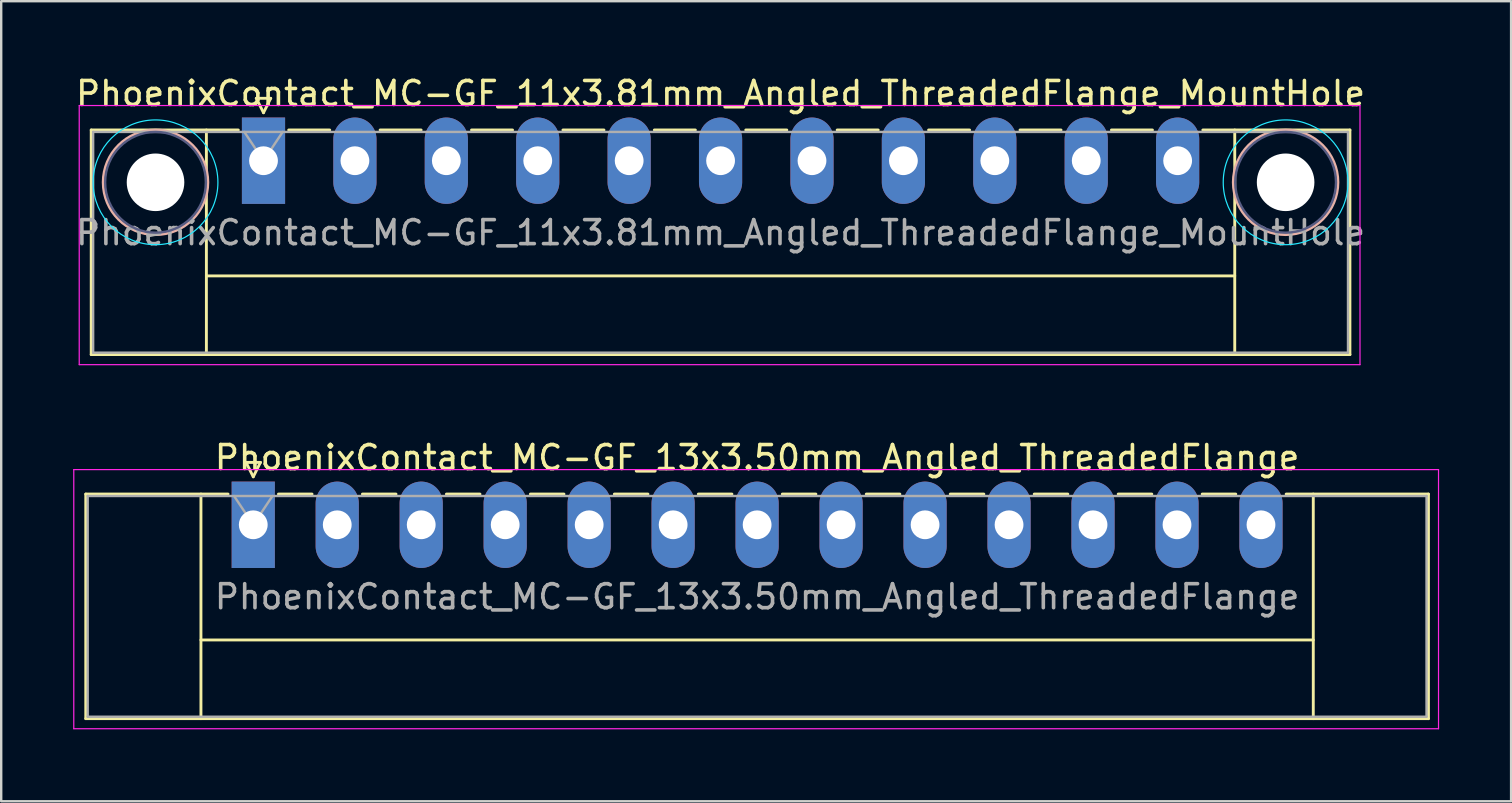
<source format=kicad_pcb>
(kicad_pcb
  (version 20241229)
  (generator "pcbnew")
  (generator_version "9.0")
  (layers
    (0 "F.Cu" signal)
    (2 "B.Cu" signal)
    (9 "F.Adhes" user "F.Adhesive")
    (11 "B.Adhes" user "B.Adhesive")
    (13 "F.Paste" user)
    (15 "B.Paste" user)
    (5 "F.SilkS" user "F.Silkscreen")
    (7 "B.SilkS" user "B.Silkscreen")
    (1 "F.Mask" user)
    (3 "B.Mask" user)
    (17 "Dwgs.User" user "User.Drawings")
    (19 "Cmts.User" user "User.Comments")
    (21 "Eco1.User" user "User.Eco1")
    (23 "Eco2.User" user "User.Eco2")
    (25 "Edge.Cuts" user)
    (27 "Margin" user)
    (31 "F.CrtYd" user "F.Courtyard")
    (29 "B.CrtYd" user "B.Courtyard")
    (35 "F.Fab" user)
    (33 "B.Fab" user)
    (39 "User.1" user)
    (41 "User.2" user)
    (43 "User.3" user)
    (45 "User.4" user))
  (footprint "PhoenixContact_MC-GF_11x3.81mm_Angled_ThreadedFlange_MountHole"
    (layer "F.Cu")
    (at 7.932 3.648)
    (property "Reference" "PhoenixContact_MC-GF_11x3.81mm_Angled_ThreadedFlange_MountHole" (at 19.05 -2.8 0) (layer "F.SilkS") (effects (font (size 1 1) (thickness 0.15))))
    (attr through_hole)
    (fp_line (start -7.18 -1.28) (end -7.18 8.08) (stroke (width 0.12) (type solid)) (layer "F.SilkS"))
    (fp_line (start -7.18 -1.28) (end -1.05 -1.28) (stroke (width 0.12) (type solid)) (layer "F.SilkS"))
    (fp_line (start -7.18 8.08) (end 45.28 8.08) (stroke (width 0.12) (type solid)) (layer "F.SilkS"))
    (fp_line (start -2.38 -1.28) (end -2.38 8.08) (stroke (width 0.12) (type solid)) (layer "F.SilkS"))
    (fp_line (start -2.38 4.8) (end 40.48 4.8) (stroke (width 0.12) (type solid)) (layer "F.SilkS"))
    (fp_line (start -0.3 -2.6) (end 0.3 -2.6) (stroke (width 0.12) (type solid)) (layer "F.SilkS"))
    (fp_line (start 0 -2) (end -0.3 -2.6) (stroke (width 0.12) (type solid)) (layer "F.SilkS"))
    (fp_line (start 0.3 -2.6) (end 0 -2) (stroke (width 0.12) (type solid)) (layer "F.SilkS"))
    (fp_line (start 1.05 -1.28) (end 2.76 -1.28) (stroke (width 0.12) (type solid)) (layer "F.SilkS"))
    (fp_line (start 4.86 -1.28) (end 6.57 -1.28) (stroke (width 0.12) (type solid)) (layer "F.SilkS"))
    (fp_line (start 8.67 -1.28) (end 10.38 -1.28) (stroke (width 0.12) (type solid)) (layer "F.SilkS"))
    (fp_line (start 12.48 -1.28) (end 14.19 -1.28) (stroke (width 0.12) (type solid)) (layer "F.SilkS"))
    (fp_line (start 16.29 -1.28) (end 18 -1.28) (stroke (width 0.12) (type solid)) (layer "F.SilkS"))
    (fp_line (start 20.1 -1.28) (end 21.81 -1.28) (stroke (width 0.12) (type solid)) (layer "F.SilkS"))
    (fp_line (start 23.91 -1.28) (end 25.62 -1.28) (stroke (width 0.12) (type solid)) (layer "F.SilkS"))
    (fp_line (start 27.72 -1.28) (end 29.43 -1.28) (stroke (width 0.12) (type solid)) (layer "F.SilkS"))
    (fp_line (start 31.53 -1.28) (end 33.24 -1.28) (stroke (width 0.12) (type solid)) (layer "F.SilkS"))
    (fp_line (start 35.34 -1.28) (end 37.05 -1.28) (stroke (width 0.12) (type solid)) (layer "F.SilkS"))
    (fp_line (start 40.48 -1.28) (end 40.48 8.08) (stroke (width 0.12) (type solid)) (layer "F.SilkS"))
    (fp_line (start 45.28 -1.28) (end 39.15 -1.28) (stroke (width 0.12) (type solid)) (layer "F.SilkS"))
    (fp_line (start 45.28 8.08) (end 45.28 -1.28) (stroke (width 0.12) (type solid)) (layer "F.SilkS"))
    (fp_circle (center -4.5 0.9) (end -2.32 0.9) (stroke (width 0.12) (type solid)) (fill no) (layer "B.SilkS"))
    (fp_circle (center 42.6 0.9) (end 44.78 0.9) (stroke (width 0.12) (type solid)) (fill no) (layer "B.SilkS"))
    (fp_circle (center -4.5 0.9) (end -1.9 0.9) (stroke (width 0.05) (type solid)) (fill no) (layer "B.CrtYd"))
    (fp_circle (center 42.6 0.9) (end 45.2 0.9) (stroke (width 0.05) (type solid)) (fill no) (layer "B.CrtYd"))
    (fp_line (start -7.68 -2.3) (end -7.68 8.5) (stroke (width 0.05) (type solid)) (layer "F.CrtYd"))
    (fp_line (start -7.68 8.5) (end 45.7 8.5) (stroke (width 0.05) (type solid)) (layer "F.CrtYd"))
    (fp_line (start 45.7 -2.3) (end -7.68 -2.3) (stroke (width 0.05) (type solid)) (layer "F.CrtYd"))
    (fp_line (start 45.7 8.5) (end 45.7 -2.3) (stroke (width 0.05) (type solid)) (layer "F.CrtYd"))
    (fp_circle (center -4.5 0.9) (end -2.4 0.9) (stroke (width 0.1) (type solid)) (fill no) (layer "B.Fab"))
    (fp_circle (center 42.6 0.9) (end 44.7 0.9) (stroke (width 0.1) (type solid)) (fill no) (layer "B.Fab"))
    (fp_line (start -7.1 -1.2) (end -7.1 8) (stroke (width 0.1) (type solid)) (layer "F.Fab"))
    (fp_line (start -7.1 8) (end 45.2 8) (stroke (width 0.1) (type solid)) (layer "F.Fab"))
    (fp_line (start 0 0) (end -0.8 -1.2) (stroke (width 0.1) (type solid)) (layer "F.Fab"))
    (fp_line (start 0.8 -1.2) (end 0 0) (stroke (width 0.1) (type solid)) (layer "F.Fab"))
    (fp_line (start 45.2 -1.2) (end -7.1 -1.2) (stroke (width 0.1) (type solid)) (layer "F.Fab"))
    (fp_line (start 45.2 8) (end 45.2 -1.2) (stroke (width 0.1) (type solid)) (layer "F.Fab"))
    (fp_text user "${REFERENCE}" (at 19.05 3 0) (layer "F.Fab") (effects (font (size 1 1) (thickness 0.15))))
    (pad "" np_thru_hole circle (at -4.5 0.9) (size 2.4 2.4) (drill 2.4) (layers "*.Cu" "*.Mask"))
    (pad "" np_thru_hole circle (at 42.6 0.9) (size 2.4 2.4) (drill 2.4) (layers "*.Cu" "*.Mask"))
    (pad "1" thru_hole rect (at 0 0) (size 1.8 3.6) (drill 1.2) (layers "*.Cu" "*.Mask"))
    (pad "2" thru_hole oval (at 3.81 0) (size 1.8 3.6) (drill 1.2) (layers "*.Cu" "*.Mask"))
    (pad "3" thru_hole oval (at 7.62 0) (size 1.8 3.6) (drill 1.2) (layers "*.Cu" "*.Mask"))
    (pad "4" thru_hole oval (at 11.43 0) (size 1.8 3.6) (drill 1.2) (layers "*.Cu" "*.Mask"))
    (pad "5" thru_hole oval (at 15.24 0) (size 1.8 3.6) (drill 1.2) (layers "*.Cu" "*.Mask"))
    (pad "6" thru_hole oval (at 19.05 0) (size 1.8 3.6) (drill 1.2) (layers "*.Cu" "*.Mask"))
    (pad "7" thru_hole oval (at 22.86 0) (size 1.8 3.6) (drill 1.2) (layers "*.Cu" "*.Mask"))
    (pad "8" thru_hole oval (at 26.67 0) (size 1.8 3.6) (drill 1.2) (layers "*.Cu" "*.Mask"))
    (pad "9" thru_hole oval (at 30.48 0) (size 1.8 3.6) (drill 1.2) (layers "*.Cu" "*.Mask"))
    (pad "10" thru_hole oval (at 34.29 0) (size 1.8 3.6) (drill 1.2) (layers "*.Cu" "*.Mask"))
    (pad "11" thru_hole oval (at 38.1 0) (size 1.8 3.6) (drill 1.2) (layers "*.Cu" "*.Mask")))
  (footprint "PhoenixContact_MC-GF_13x3.50mm_Angled_ThreadedFlange"
    (layer "F.Cu")
    (at 7.505 18.822)
    (property "Reference" "PhoenixContact_MC-GF_13x3.50mm_Angled_ThreadedFlange" (at 21 -2.8 0) (layer "F.SilkS") (effects (font (size 1 1) (thickness 0.15))))
    (attr through_hole)
    (fp_line (start -6.98 -1.28) (end -6.98 8.08) (stroke (width 0.12) (type solid)) (layer "F.SilkS"))
    (fp_line (start -6.98 -1.28) (end -1.05 -1.28) (stroke (width 0.12) (type solid)) (layer "F.SilkS"))
    (fp_line (start -6.98 8.08) (end 48.98 8.08) (stroke (width 0.12) (type solid)) (layer "F.SilkS"))
    (fp_line (start -2.18 -1.28) (end -2.18 8.08) (stroke (width 0.12) (type solid)) (layer "F.SilkS"))
    (fp_line (start -2.18 4.8) (end 44.18 4.8) (stroke (width 0.12) (type solid)) (layer "F.SilkS"))
    (fp_line (start -0.3 -2.6) (end 0.3 -2.6) (stroke (width 0.12) (type solid)) (layer "F.SilkS"))
    (fp_line (start 0 -2) (end -0.3 -2.6) (stroke (width 0.12) (type solid)) (layer "F.SilkS"))
    (fp_line (start 0.3 -2.6) (end 0 -2) (stroke (width 0.12) (type solid)) (layer "F.SilkS"))
    (fp_line (start 1.05 -1.28) (end 2.45 -1.28) (stroke (width 0.12) (type solid)) (layer "F.SilkS"))
    (fp_line (start 4.55 -1.28) (end 5.95 -1.28) (stroke (width 0.12) (type solid)) (layer "F.SilkS"))
    (fp_line (start 8.05 -1.28) (end 9.45 -1.28) (stroke (width 0.12) (type solid)) (layer "F.SilkS"))
    (fp_line (start 11.55 -1.28) (end 12.95 -1.28) (stroke (width 0.12) (type solid)) (layer "F.SilkS"))
    (fp_line (start 15.05 -1.28) (end 16.45 -1.28) (stroke (width 0.12) (type solid)) (layer "F.SilkS"))
    (fp_line (start 18.55 -1.28) (end 19.95 -1.28) (stroke (width 0.12) (type solid)) (layer "F.SilkS"))
    (fp_line (start 22.05 -1.28) (end 23.45 -1.28) (stroke (width 0.12) (type solid)) (layer "F.SilkS"))
    (fp_line (start 25.55 -1.28) (end 26.95 -1.28) (stroke (width 0.12) (type solid)) (layer "F.SilkS"))
    (fp_line (start 29.05 -1.28) (end 30.45 -1.28) (stroke (width 0.12) (type solid)) (layer "F.SilkS"))
    (fp_line (start 32.55 -1.28) (end 33.95 -1.28) (stroke (width 0.12) (type solid)) (layer "F.SilkS"))
    (fp_line (start 36.05 -1.28) (end 37.45 -1.28) (stroke (width 0.12) (type solid)) (layer "F.SilkS"))
    (fp_line (start 39.55 -1.28) (end 40.95 -1.28) (stroke (width 0.12) (type solid)) (layer "F.SilkS"))
    (fp_line (start 44.18 -1.28) (end 44.18 8.08) (stroke (width 0.12) (type solid)) (layer "F.SilkS"))
    (fp_line (start 48.98 -1.28) (end 43.05 -1.28) (stroke (width 0.12) (type solid)) (layer "F.SilkS"))
    (fp_line (start 48.98 8.08) (end 48.98 -1.28) (stroke (width 0.12) (type solid)) (layer "F.SilkS"))
    (fp_line (start -7.48 -2.3) (end -7.48 8.5) (stroke (width 0.05) (type solid)) (layer "F.CrtYd"))
    (fp_line (start -7.48 8.5) (end 49.4 8.5) (stroke (width 0.05) (type solid)) (layer "F.CrtYd"))
    (fp_line (start 49.4 -2.3) (end -7.48 -2.3) (stroke (width 0.05) (type solid)) (layer "F.CrtYd"))
    (fp_line (start 49.4 8.5) (end 49.4 -2.3) (stroke (width 0.05) (type solid)) (layer "F.CrtYd"))
    (fp_line (start -6.9 -1.2) (end -6.9 8) (stroke (width 0.1) (type solid)) (layer "F.Fab"))
    (fp_line (start -6.9 8) (end 48.9 8) (stroke (width 0.1) (type solid)) (layer "F.Fab"))
    (fp_line (start 0 0) (end -0.8 -1.2) (stroke (width 0.1) (type solid)) (layer "F.Fab"))
    (fp_line (start 0.8 -1.2) (end 0 0) (stroke (width 0.1) (type solid)) (layer "F.Fab"))
    (fp_line (start 48.9 -1.2) (end -6.9 -1.2) (stroke (width 0.1) (type solid)) (layer "F.Fab"))
    (fp_line (start 48.9 8) (end 48.9 -1.2) (stroke (width 0.1) (type solid)) (layer "F.Fab"))
    (fp_text user "${REFERENCE}" (at 21 3 0) (layer "F.Fab") (effects (font (size 1 1) (thickness 0.15))))
    (pad "1" thru_hole rect (at 0 0) (size 1.8 3.6) (drill 1.2) (layers "*.Cu" "*.Mask"))
    (pad "2" thru_hole oval (at 3.5 0) (size 1.8 3.6) (drill 1.2) (layers "*.Cu" "*.Mask"))
    (pad "3" thru_hole oval (at 7 0) (size 1.8 3.6) (drill 1.2) (layers "*.Cu" "*.Mask"))
    (pad "4" thru_hole oval (at 10.5 0) (size 1.8 3.6) (drill 1.2) (layers "*.Cu" "*.Mask"))
    (pad "5" thru_hole oval (at 14 0) (size 1.8 3.6) (drill 1.2) (layers "*.Cu" "*.Mask"))
    (pad "6" thru_hole oval (at 17.5 0) (size 1.8 3.6) (drill 1.2) (layers "*.Cu" "*.Mask"))
    (pad "7" thru_hole oval (at 21 0) (size 1.8 3.6) (drill 1.2) (layers "*.Cu" "*.Mask"))
    (pad "8" thru_hole oval (at 24.5 0) (size 1.8 3.6) (drill 1.2) (layers "*.Cu" "*.Mask"))
    (pad "9" thru_hole oval (at 28 0) (size 1.8 3.6) (drill 1.2) (layers "*.Cu" "*.Mask"))
    (pad "10" thru_hole oval (at 31.5 0) (size 1.8 3.6) (drill 1.2) (layers "*.Cu" "*.Mask"))
    (pad "11" thru_hole oval (at 35 0) (size 1.8 3.6) (drill 1.2) (layers "*.Cu" "*.Mask"))
    (pad "12" thru_hole oval (at 38.5 0) (size 1.8 3.6) (drill 1.2) (layers "*.Cu" "*.Mask"))
    (pad "13" thru_hole oval (at 42 0) (size 1.8 3.6) (drill 1.2) (layers "*.Cu" "*.Mask")))
  (gr_rect
    (start -3 -3)
    (end 59.93 30.346)
    (stroke (width 0.1) (type default))
    (fill no)
    (layer "Edge.Cuts")))
</source>
